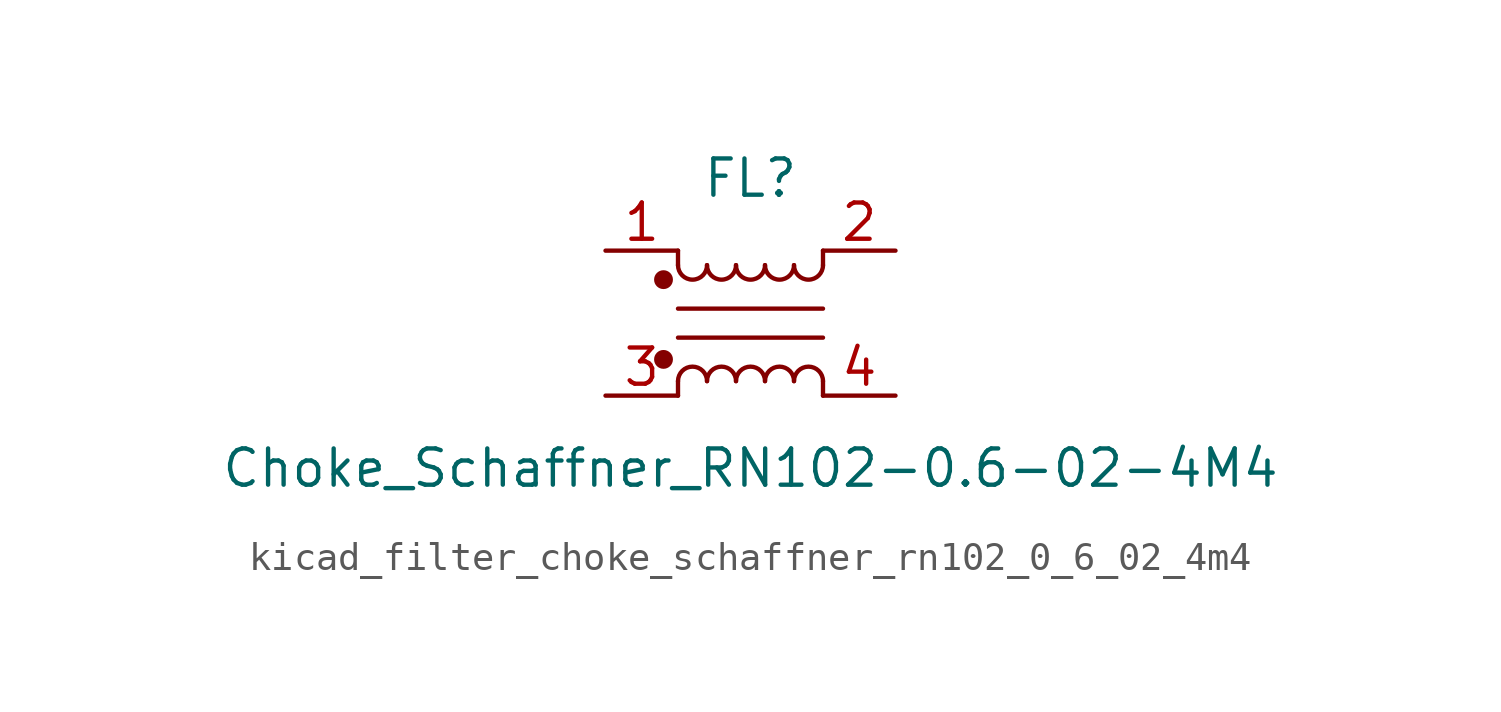
<source format=kicad_sym>
(kicad_symbol_lib
  (version 20220914)
  (generator kicad_symbol_editor)
  (symbol "kicad_filter_choke_schaffner_rn102_0_6_02_4m4"
    (pin_names hide)
    (property "Reference" "FL"
      (at 0 5.08 0)
      (effects (font (size 1.27 1.27))))
    (property "Value" "Choke_Schaffner_RN102-0.6-02-4M4"
      (at 0 -5.08 0)
      (effects (font (size 1.27 1.27))))
    (symbol "kicad_filter_choke_schaffner_rn102_0_6_02_4m4_1_1"
      (circle (center -3.048 -1.27) (radius 0.254) (stroke (width 0) (type default)) (fill (type outline)))
      (circle (center -3.048 1.524) (radius 0.254) (stroke (width 0) (type default)) (fill (type outline)))
      (arc (start -2.54 2.032) (mid -2.032 1.5262) (end -1.524 2.032) (stroke (width 0) (type default)) (fill (type none)))
      (arc (start -1.524 -2.032) (mid -2.032 -1.5262) (end -2.54 -2.032) (stroke (width 0) (type default)) (fill (type none)))
      (arc (start -1.524 2.032) (mid -1.016 1.5262) (end -0.508 2.032) (stroke (width 0) (type default)) (fill (type none)))
      (arc (start -0.508 -2.032) (mid -1.016 -1.5262) (end -1.524 -2.032) (stroke (width 0) (type default)) (fill (type none)))
      (arc (start -0.508 2.032) (mid 0 1.5262) (end 0.508 2.032) (stroke (width 0) (type default)) (fill (type none)))
      (polyline (pts (xy -2.54 -2.032) (xy -2.54 -2.54)) (stroke (width 0) (type default)) (fill (type none)))
      (polyline (pts (xy -2.54 0.508) (xy 2.54 0.508)) (stroke (width 0) (type default)) (fill (type none)))
      (polyline (pts (xy -2.54 2.032) (xy -2.54 2.54)) (stroke (width 0) (type default)) (fill (type none)))
      (polyline (pts (xy 2.54 -2.032) (xy 2.54 -2.54)) (stroke (width 0) (type default)) (fill (type none)))
      (polyline (pts (xy 2.54 -0.508) (xy -2.54 -0.508)) (stroke (width 0) (type default)) (fill (type none)))
      (polyline (pts (xy 2.54 2.54) (xy 2.54 2.032)) (stroke (width 0) (type default)) (fill (type none)))
      (arc (start 0.508 -2.032) (mid 0 -1.5262) (end -0.508 -2.032) (stroke (width 0) (type default)) (fill (type none)))
      (arc (start 0.508 2.032) (mid 1.016 1.5262) (end 1.524 2.032) (stroke (width 0) (type default)) (fill (type none)))
      (arc (start 1.524 -2.032) (mid 1.016 -1.5262) (end 0.508 -2.032) (stroke (width 0) (type default)) (fill (type none)))
      (arc (start 1.524 2.032) (mid 2.032 1.5262) (end 2.54 2.032) (stroke (width 0) (type default)) (fill (type none)))
      (arc (start 2.54 -2.032) (mid 2.032 -1.5262) (end 1.524 -2.032) (stroke (width 0) (type default)) (fill (type none)))
      (pin passive line (at -5.08 2.54 0) (length 2.54) (name "1" (effects (font (size 1.27 1.27)))) (number "1" (effects (font (size 1.27 1.27)))))
      (pin passive line (at 5.08 2.54 180) (length 2.54) (name "2" (effects (font (size 1.27 1.27)))) (number "2" (effects (font (size 1.27 1.27)))))
      (pin passive line (at -5.08 -2.54 0) (length 2.54) (name "3" (effects (font (size 1.27 1.27)))) (number "3" (effects (font (size 1.27 1.27)))))
      (pin passive line (at 5.08 -2.54 180) (length 2.54) (name "4" (effects (font (size 1.27 1.27)))) (number "4" (effects (font (size 1.27 1.27))))))))
</source>
